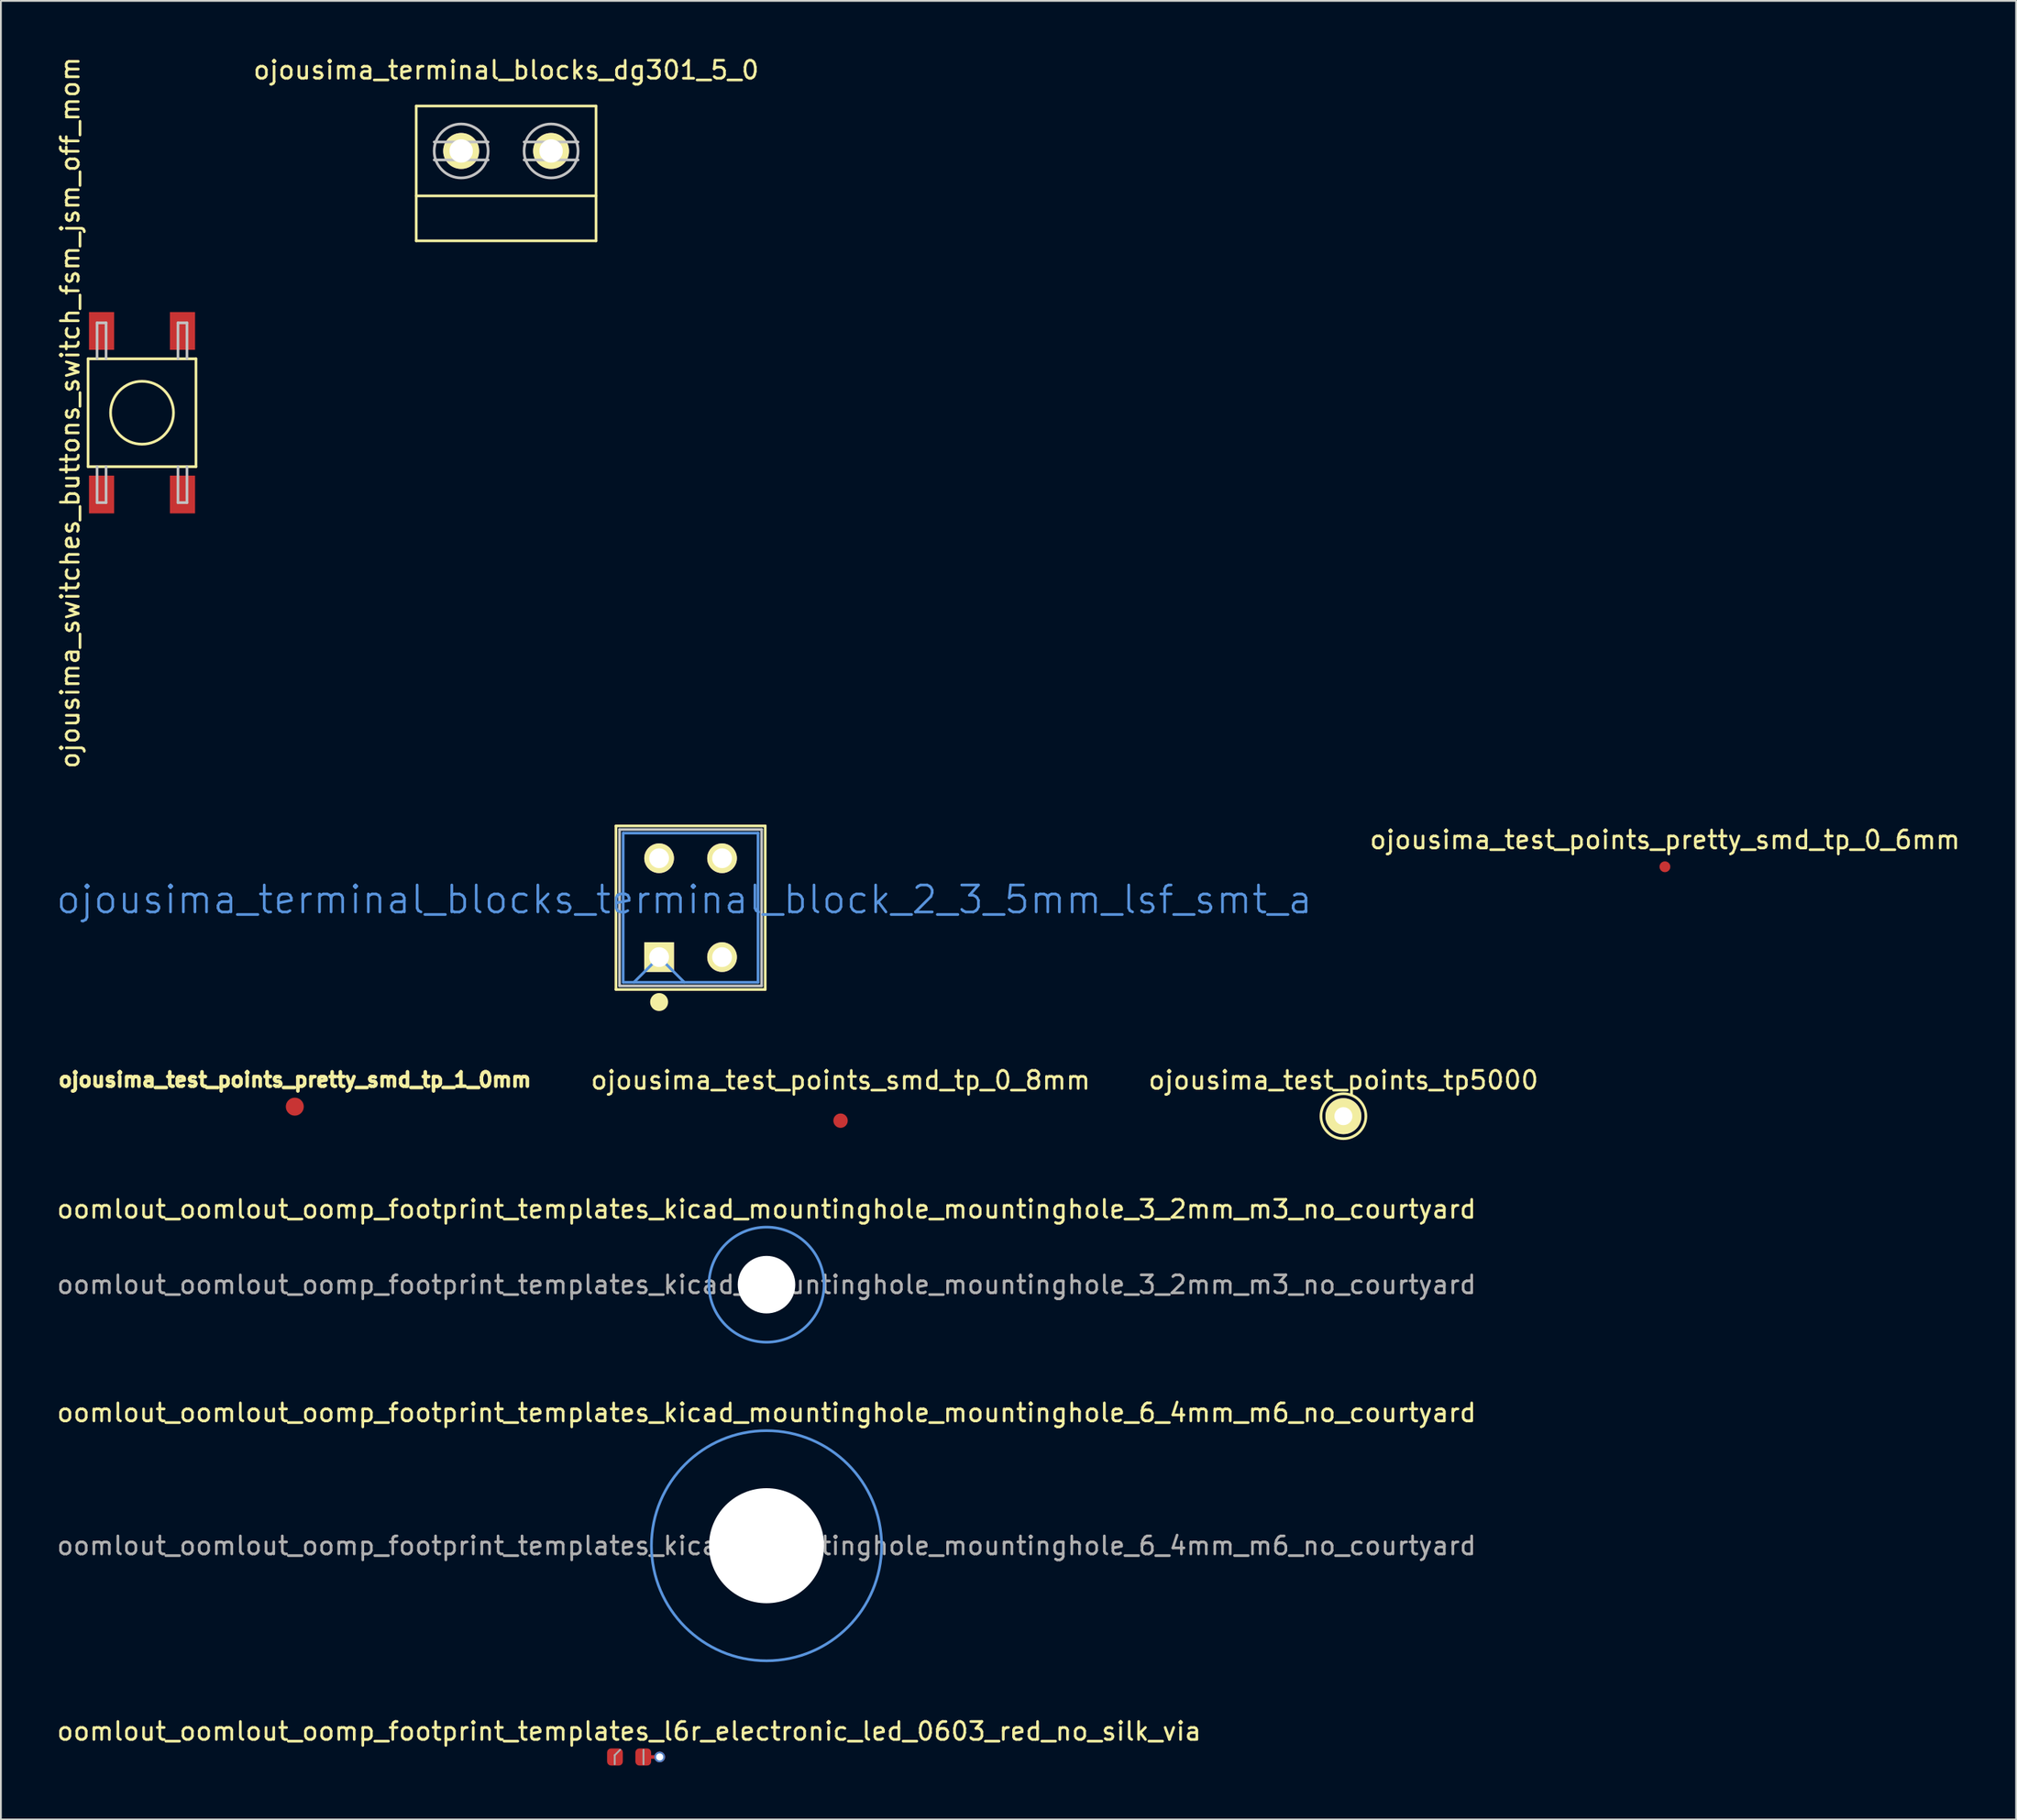
<source format=kicad_pcb>
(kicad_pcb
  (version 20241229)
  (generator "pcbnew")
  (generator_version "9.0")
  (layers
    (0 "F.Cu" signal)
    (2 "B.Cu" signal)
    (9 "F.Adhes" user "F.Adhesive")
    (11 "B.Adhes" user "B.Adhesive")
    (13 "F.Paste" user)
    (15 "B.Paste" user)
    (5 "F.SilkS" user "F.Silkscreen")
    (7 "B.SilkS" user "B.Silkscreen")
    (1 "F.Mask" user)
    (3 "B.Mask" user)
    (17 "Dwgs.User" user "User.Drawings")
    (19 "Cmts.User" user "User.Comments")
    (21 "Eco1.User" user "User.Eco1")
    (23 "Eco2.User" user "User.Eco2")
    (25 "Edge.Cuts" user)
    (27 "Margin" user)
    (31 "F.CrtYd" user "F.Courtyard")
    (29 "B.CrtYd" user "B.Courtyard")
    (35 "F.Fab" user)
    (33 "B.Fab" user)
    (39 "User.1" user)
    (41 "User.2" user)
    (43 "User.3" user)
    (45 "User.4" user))
  (footprint "oomlout_oomlout_oomp_footprint_templates_l6r_electronic_led_0603_red_no_silk_via"
    (layer "F.Cu")
    (at 31.935 94.694)
    (property "Reference" "oomlout_oomlout_oomp_footprint_templates_l6r_electronic_led_0603_red_no_silk_via" (at 0 -1.43 0) (layer "F.SilkS") (effects (font (size 1 1) (thickness 0.15))))
    (attr smd)
    (fp_line (start 1.7 0) (end 0.787 0) (stroke (width 0.2) (type default)) (layer "F.Cu"))
    (fp_line (start -0.8 -0.1) (end -0.8 0.4) (stroke (width 0.1) (type solid)) (layer "F.Fab"))
    (fp_line (start -0.5 -0.4) (end -0.8 -0.1) (stroke (width 0.1) (type solid)) (layer "F.Fab"))
    (fp_line (start 0.8 0.4) (end 0.8 -0.4) (stroke (width 0.1) (type solid)) (layer "F.Fab"))
    (pad "1" smd roundrect (at -0.787 0) (size 0.875 0.95) (layers "F.Cu" "F.Mask" "F.Paste") (roundrect_rratio 0.25))
    (pad "2" smd roundrect (at 0.787 0) (size 0.875 0.95) (layers "F.Cu" "F.Mask" "F.Paste") (roundrect_rratio 0.25))
    (pad "2" thru_hole circle (at 1.7 0) (size 0.6 0.6) (drill 0.4) (layers "*.Cu")))
  (footprint "ojousima_test_points_pretty_smd_tp_1_0mm"
    (layer "F.Cu")
    (at 13.344 58.515)
    (property "Reference" "ojousima_test_points_pretty_smd_tp_1_0mm" (at 0 -1.5 0) (layer "F.SilkS") (effects (font (size 0.8 0.8) (thickness 0.2))))
    (attr through_hole)
    (pad "1" smd circle (at 0 0) (size 1 1) (layers "F.Cu" "F.Mask" "F.Paste")))
  (footprint "ojousima_switches_buttons_switch_fsm_jsm_off_mom"
    (layer "F.Cu")
    (at 4.848 19.911)
    (property "Reference" "ojousima_switches_buttons_switch_fsm_jsm_off_mom" (at -4 0 90) (layer "F.SilkS") (effects (font (size 1 1) (thickness 0.15))))
    (attr through_hole)
    (fp_line (start -3 -3) (end 3 -3) (stroke (width 0.15) (type solid)) (layer "F.SilkS"))
    (fp_line (start -3 3) (end -3 -3) (stroke (width 0.15) (type solid)) (layer "F.SilkS"))
    (fp_line (start 3 -3) (end 3 3) (stroke (width 0.15) (type solid)) (layer "F.SilkS"))
    (fp_line (start 3 3) (end -3 3) (stroke (width 0.15) (type solid)) (layer "F.SilkS"))
    (fp_circle (center 0 0) (end 1.75 0) (stroke (width 0.15) (type solid)) (fill no) (layer "F.SilkS"))
    (fp_line (start -2.5 -5) (end -2.5 -3) (stroke (width 0.15) (type solid)) (layer "Dwgs.User"))
    (fp_line (start -2.5 5) (end -2.5 3) (stroke (width 0.15) (type solid)) (layer "Dwgs.User"))
    (fp_line (start -2 -5) (end -2.5 -5) (stroke (width 0.15) (type solid)) (layer "Dwgs.User"))
    (fp_line (start -2 -5) (end -2 -3) (stroke (width 0.15) (type solid)) (layer "Dwgs.User"))
    (fp_line (start -2 3) (end -2 5) (stroke (width 0.15) (type solid)) (layer "Dwgs.User"))
    (fp_line (start -2 5) (end -2.5 5) (stroke (width 0.15) (type solid)) (layer "Dwgs.User"))
    (fp_line (start 2 -5) (end 2.5 -5) (stroke (width 0.15) (type solid)) (layer "Dwgs.User"))
    (fp_line (start 2 -3) (end 2 -5) (stroke (width 0.15) (type solid)) (layer "Dwgs.User"))
    (fp_line (start 2 3) (end 2 5) (stroke (width 0.15) (type solid)) (layer "Dwgs.User"))
    (fp_line (start 2 5) (end 2.5 5) (stroke (width 0.15) (type solid)) (layer "Dwgs.User"))
    (fp_line (start 2.5 -5) (end 2.5 -3) (stroke (width 0.15) (type solid)) (layer "Dwgs.User"))
    (fp_line (start 2.5 5) (end 2.5 3) (stroke (width 0.15) (type solid)) (layer "Dwgs.User"))
    (pad "1" smd rect (at 2.25 -4.55) (size 1.4 2.1) (layers "F.Cu" "F.Mask" "F.Paste"))
    (pad "1" smd rect (at 2.25 4.55) (size 1.4 2.1) (layers "F.Cu" "F.Mask" "F.Paste"))
    (pad "2" smd rect (at -2.25 -4.55) (size 1.4 2.1) (layers "F.Cu" "F.Mask" "F.Paste"))
    (pad "2" smd rect (at -2.25 4.55) (size 1.4 2.1) (layers "F.Cu" "F.Mask" "F.Paste")))
  (footprint "ojousima_test_points_smd_tp_0_8mm"
    (layer "F.Cu")
    (at 43.694 59.295)
    (property "Reference" "ojousima_test_points_smd_tp_0_8mm" (at 0 -2.25 0) (layer "F.SilkS") (effects (font (size 1 1) (thickness 0.15))))
    (attr through_hole)
    (pad "1" smd circle (at 0 0) (size 0.8 0.8) (layers "F.Cu" "F.Mask" "F.Paste")))
  (footprint "ojousima_test_points_tp5000"
    (layer "F.Cu")
    (at 71.658 59.045)
    (property "Reference" "ojousima_test_points_tp5000" (at 0 -2 0) (layer "F.SilkS") (effects (font (size 1 1) (thickness 0.15))))
    (attr through_hole)
    (fp_circle (center 0 0) (end 1.25 0) (stroke (width 0.15) (type solid)) (fill no) (layer "F.SilkS"))
    (pad "1" thru_hole circle (at 0 0) (size 2 2) (drill 1) (layers "*.Cu" "*.Mask" "F.SilkS")))
  (footprint "oomlout_oomlout_oomp_footprint_templates_kicad_mountinghole_mountinghole_6_4mm_m6_no_courtyard"
    (layer "F.Cu")
    (at 39.577 82.941)
    (property "Reference" "oomlout_oomlout_oomp_footprint_templates_kicad_mountinghole_mountinghole_6_4mm_m6_no_courtyard" (at 0 -7.4 0) (layer "F.SilkS") (effects (font (size 1 1) (thickness 0.15))))
    (attr exclude_from_pos_files exclude_from_bom)
    (fp_circle (center 0 0) (end 6.4 0) (stroke (width 0.15) (type solid)) (fill no) (layer "Cmts.User"))
    (fp_text user "${REFERENCE}" (at 0 0 0) (layer "F.Fab") (effects (font (size 1 1) (thickness 0.15))))
    (pad "" np_thru_hole circle (at 0 0) (size 6.4 6.4) (drill 6.4) (layers "*.Cu" "*.Mask")))
  (footprint "oomlout_oomlout_oomp_footprint_templates_kicad_mountinghole_mountinghole_3_2mm_m3_no_courtyard"
    (layer "F.Cu")
    (at 39.577 68.418)
    (property "Reference" "oomlout_oomlout_oomp_footprint_templates_kicad_mountinghole_mountinghole_3_2mm_m3_no_courtyard" (at 0 -4.2 0) (layer "F.SilkS") (effects (font (size 1 1) (thickness 0.15))))
    (attr exclude_from_pos_files exclude_from_bom)
    (fp_circle (center 0 0) (end 3.2 0) (stroke (width 0.15) (type solid)) (fill no) (layer "Cmts.User"))
    (fp_text user "${REFERENCE}" (at 0 0 0) (layer "F.Fab") (effects (font (size 1 1) (thickness 0.15))))
    (pad "" np_thru_hole circle (at 0 0) (size 3.2 3.2) (drill 3.2) (layers "*.Cu" "*.Mask")))
  (footprint "ojousima_terminal_blocks_dg301_5_0"
    (layer "F.Cu")
    (at 25.096 5.348)
    (property "Reference" "ojousima_terminal_blocks_dg301_5_0" (at 0 -4.5 0) (layer "F.SilkS") (effects (font (size 1 1) (thickness 0.15))))
    (attr through_hole)
    (fp_line (start -5 -2.5) (end 5 -2.5) (stroke (width 0.15) (type solid)) (layer "F.SilkS"))
    (fp_line (start -5 5) (end -5 -2.5) (stroke (width 0.15) (type solid)) (layer "F.SilkS"))
    (fp_line (start 5 -2.5) (end 5 5) (stroke (width 0.15) (type solid)) (layer "F.SilkS"))
    (fp_line (start 5 2.5) (end -5 2.5) (stroke (width 0.15) (type solid)) (layer "F.SilkS"))
    (fp_line (start 5 5) (end -5 5) (stroke (width 0.15) (type solid)) (layer "F.SilkS"))
    (fp_line (start -4 0.5) (end -1 0.5) (stroke (width 0.15) (type solid)) (layer "Dwgs.User"))
    (fp_line (start -1 -0.5) (end -4 -0.5) (stroke (width 0.15) (type solid)) (layer "Dwgs.User"))
    (fp_line (start 1 -0.5) (end 4 -0.5) (stroke (width 0.15) (type solid)) (layer "Dwgs.User"))
    (fp_line (start 4 0.5) (end 1 0.5) (stroke (width 0.15) (type solid)) (layer "Dwgs.User"))
    (fp_circle (center -2.5 0) (end -1 0) (stroke (width 0.15) (type solid)) (fill no) (layer "Dwgs.User"))
    (fp_circle (center 2.5 0) (end 4 0) (stroke (width 0.15) (type solid)) (fill no) (layer "Dwgs.User"))
    (pad "1" thru_hole circle (at -2.5 0) (size 2 2) (drill 1.3) (layers "*.Cu" "*.Mask" "F.SilkS"))
    (pad "2" thru_hole circle (at 2.5 0) (size 2 2) (drill 1.3) (layers "*.Cu" "*.Mask" "F.SilkS")))
  (footprint "ojousima_terminal_blocks_terminal_block_2_3_5mm_lsf_smt_a"
    (layer "F.Cu")
    (at 33.604 50.196)
    (property "Reference" "ojousima_terminal_blocks_terminal_block_2_3_5mm_lsf_smt_a" (at 1.4 -3.2 0) (layer "Cmts.User") (effects (font (size 1.5 1.5) (thickness 0.15))))
    (attr through_hole)
    (fp_line (start -2.4 -7.3) (end -2.4 1.8) (stroke (width 0.15) (type solid)) (layer "F.SilkS"))
    (fp_line (start -2.4 1.8) (end 5.9 1.8) (stroke (width 0.15) (type solid)) (layer "F.SilkS"))
    (fp_line (start 5.9 -7.3) (end -2.4 -7.3) (stroke (width 0.15) (type solid)) (layer "F.SilkS"))
    (fp_line (start 5.9 1.8) (end 5.9 -7.3) (stroke (width 0.15) (type solid)) (layer "F.SilkS"))
    (fp_circle (center 0 2.5) (end 0.25 2.5) (stroke (width 0.5) (type solid)) (fill no) (layer "F.SilkS"))
    (fp_line (start -2.2 -7.1) (end -2.2 1.6) (stroke (width 0.15) (type solid)) (layer "Dwgs.User"))
    (fp_line (start -2.2 1.6) (end 5.7 1.6) (stroke (width 0.15) (type solid)) (layer "Dwgs.User"))
    (fp_line (start 5.7 -7.1) (end -2.2 -7.1) (stroke (width 0.15) (type solid)) (layer "Dwgs.User"))
    (fp_line (start 5.7 1.6) (end 5.7 -7.1) (stroke (width 0.15) (type solid)) (layer "Dwgs.User"))
    (fp_line (start -2 -6.9) (end -2 1.4) (stroke (width 0.15) (type solid)) (layer "Cmts.User"))
    (fp_line (start -2 1.4) (end 5.5 1.4) (stroke (width 0.15) (type solid)) (layer "Cmts.User"))
    (fp_line (start -1.4 1.4) (end 0 0) (stroke (width 0.15) (type solid)) (layer "Cmts.User"))
    (fp_line (start 0 0) (end 1.4 1.4) (stroke (width 0.15) (type solid)) (layer "Cmts.User"))
    (fp_line (start 5.5 -6.9) (end -2 -6.9) (stroke (width 0.15) (type solid)) (layer "Cmts.User"))
    (fp_line (start 5.5 1.4) (end 5.5 -6.9) (stroke (width 0.15) (type solid)) (layer "Cmts.User"))
    (pad "1" thru_hole circle (at 0 -5.5) (size 1.65 1.65) (drill 1.1) (layers "*.Cu" "*.Mask" "F.SilkS"))
    (pad "1" thru_hole rect (at 0 0) (size 1.65 1.65) (drill 1.1) (layers "*.Cu" "*.Mask" "F.SilkS"))
    (pad "2" thru_hole circle (at 3.5 -5.5) (size 1.65 1.65) (drill 1.1) (layers "*.Cu" "*.Mask" "F.SilkS"))
    (pad "2" thru_hole circle (at 3.5 0) (size 1.65 1.65) (drill 1.1) (layers "*.Cu" "*.Mask" "F.SilkS")))
  (footprint "ojousima_test_points_pretty_smd_tp_0_6mm"
    (layer "F.Cu")
    (at 89.537 45.17)
    (property "Reference" "ojousima_test_points_pretty_smd_tp_0_6mm" (at 0 -1.5 0) (layer "F.SilkS") (effects (font (size 1 1) (thickness 0.15))))
    (attr through_hole)
    (pad "1" smd circle (at 0 0) (size 0.6 0.6) (layers "F.Cu" "F.Mask" "F.Paste")))
  (gr_rect
    (start -3 -3)
    (end 109.067 98.169)
    (stroke (width 0.1) (type default))
    (fill no)
    (layer "Edge.Cuts")))
</source>
